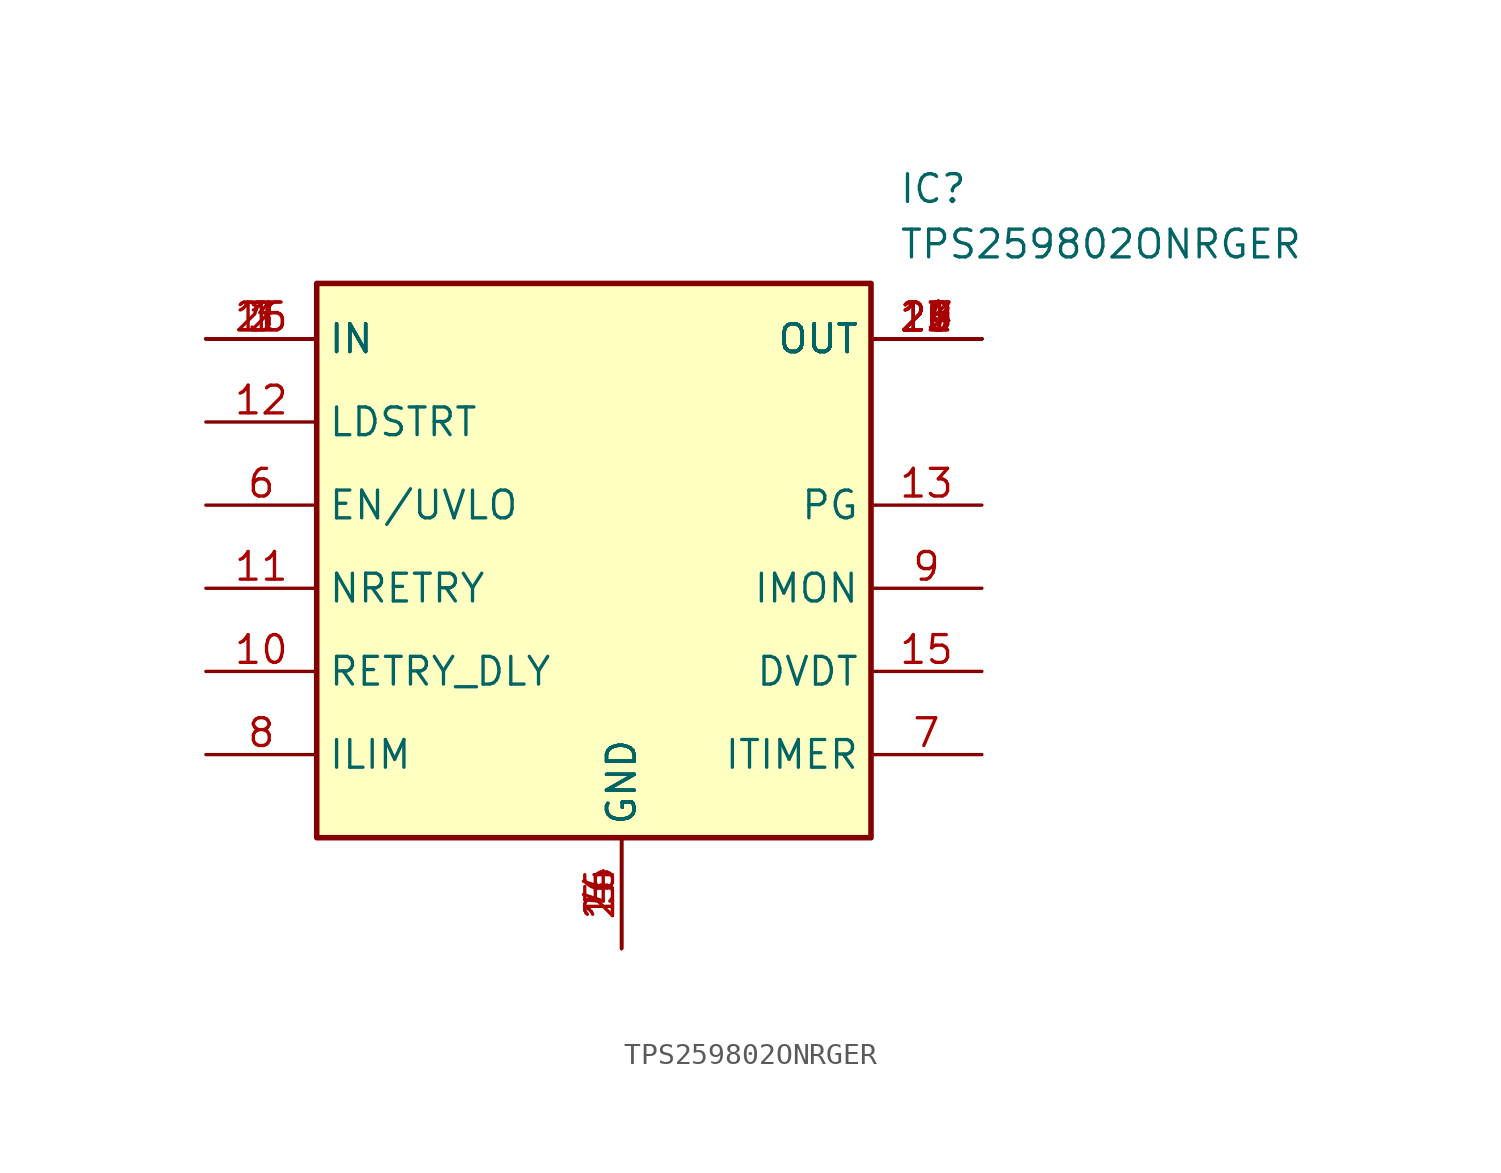
<source format=kicad_sym>
(kicad_symbol_lib
  (version 20241209)
  (generator "kicad_symbol_editor")
  (generator_version "9.0")
  (symbol "TPS259802ONRGER"
    (property "Reference" "IC"
      (at 31.75 7.62 0)
      (effects (font (size 1.27 1.27)) (justify left top)))
    (property "Value" "TPS259802ONRGER"
      (at 31.75 5.08 0)
      (effects (font (size 1.27 1.27)) (justify left top)))
    (symbol "TPS259802ONRGER_1_1"
      (rectangle (start 5.08 2.54) (end 30.48 -22.86) (stroke (width 0.254) (type default)) (fill (type background)))
      (pin passive line (at 0 0 0) (length 5.08) (name "IN" (effects (font (size 1.27 1.27)))) (number "1" (effects (font (size 1.27 1.27)))))
      (pin passive line (at 0 0 0) (length 5.08) (name "IN" (effects (font (size 1.27 1.27)))) (number "16" (effects (font (size 1.27 1.27)))))
      (pin passive line (at 0 0 0) (length 5.08) (name "IN" (effects (font (size 1.27 1.27)))) (number "2" (effects (font (size 1.27 1.27)))))
      (pin passive line (at 0 0 0) (length 5.08) (name "IN" (effects (font (size 1.27 1.27)))) (number "25" (effects (font (size 1.27 1.27)))))
      (pin passive line (at 0 0 0) (length 5.08) (name "IN" (effects (font (size 1.27 1.27)))) (number "3" (effects (font (size 1.27 1.27)))))
      (pin passive line (at 0 -3.81 0) (length 5.08) (name "LDSTRT" (effects (font (size 1.27 1.27)))) (number "12" (effects (font (size 1.27 1.27)))))
      (pin passive line (at 0 -7.62 0) (length 5.08) (name "EN/UVLO" (effects (font (size 1.27 1.27)))) (number "6" (effects (font (size 1.27 1.27)))))
      (pin passive line (at 0 -11.43 0) (length 5.08) (name "NRETRY" (effects (font (size 1.27 1.27)))) (number "11" (effects (font (size 1.27 1.27)))))
      (pin passive line (at 0 -15.24 0) (length 5.08) (name "RETRY_DLY" (effects (font (size 1.27 1.27)))) (number "10" (effects (font (size 1.27 1.27)))))
      (pin passive line (at 0 -19.05 0) (length 5.08) (name "ILIM" (effects (font (size 1.27 1.27)))) (number "8" (effects (font (size 1.27 1.27)))))
      (pin passive line (at 19.05 -27.94 90) (length 5.08) (name "GND" (effects (font (size 1.27 1.27)))) (number "14" (effects (font (size 1.27 1.27)))))
      (pin passive line (at 19.05 -27.94 90) (length 5.08) (name "GND" (effects (font (size 1.27 1.27)))) (number "26" (effects (font (size 1.27 1.27)))))
      (pin passive line (at 19.05 -27.94 90) (length 5.08) (name "GND" (effects (font (size 1.27 1.27)))) (number "4" (effects (font (size 1.27 1.27)))))
      (pin passive line (at 19.05 -27.94 90) (length 5.08) (name "GND" (effects (font (size 1.27 1.27)))) (number "5" (effects (font (size 1.27 1.27)))))
      (pin passive line (at 35.56 0 180) (length 5.08) (name "OUT" (effects (font (size 1.27 1.27)))) (number "17" (effects (font (size 1.27 1.27)))))
      (pin passive line (at 35.56 0 180) (length 5.08) (name "OUT" (effects (font (size 1.27 1.27)))) (number "18" (effects (font (size 1.27 1.27)))))
      (pin passive line (at 35.56 0 180) (length 5.08) (name "OUT" (effects (font (size 1.27 1.27)))) (number "19" (effects (font (size 1.27 1.27)))))
      (pin passive line (at 35.56 0 180) (length 5.08) (name "OUT" (effects (font (size 1.27 1.27)))) (number "20" (effects (font (size 1.27 1.27)))))
      (pin passive line (at 35.56 0 180) (length 5.08) (name "OUT" (effects (font (size 1.27 1.27)))) (number "21" (effects (font (size 1.27 1.27)))))
      (pin passive line (at 35.56 0 180) (length 5.08) (name "OUT" (effects (font (size 1.27 1.27)))) (number "22" (effects (font (size 1.27 1.27)))))
      (pin passive line (at 35.56 0 180) (length 5.08) (name "OUT" (effects (font (size 1.27 1.27)))) (number "23" (effects (font (size 1.27 1.27)))))
      (pin passive line (at 35.56 0 180) (length 5.08) (name "OUT" (effects (font (size 1.27 1.27)))) (number "24" (effects (font (size 1.27 1.27)))))
      (pin passive line (at 35.56 -7.62 180) (length 5.08) (name "PG" (effects (font (size 1.27 1.27)))) (number "13" (effects (font (size 1.27 1.27)))))
      (pin passive line (at 35.56 -11.43 180) (length 5.08) (name "IMON" (effects (font (size 1.27 1.27)))) (number "9" (effects (font (size 1.27 1.27)))))
      (pin passive line (at 35.56 -15.24 180) (length 5.08) (name "DVDT" (effects (font (size 1.27 1.27)))) (number "15" (effects (font (size 1.27 1.27)))))
      (pin passive line (at 35.56 -19.05 180) (length 5.08) (name "ITIMER" (effects (font (size 1.27 1.27)))) (number "7" (effects (font (size 1.27 1.27))))))))
</source>
